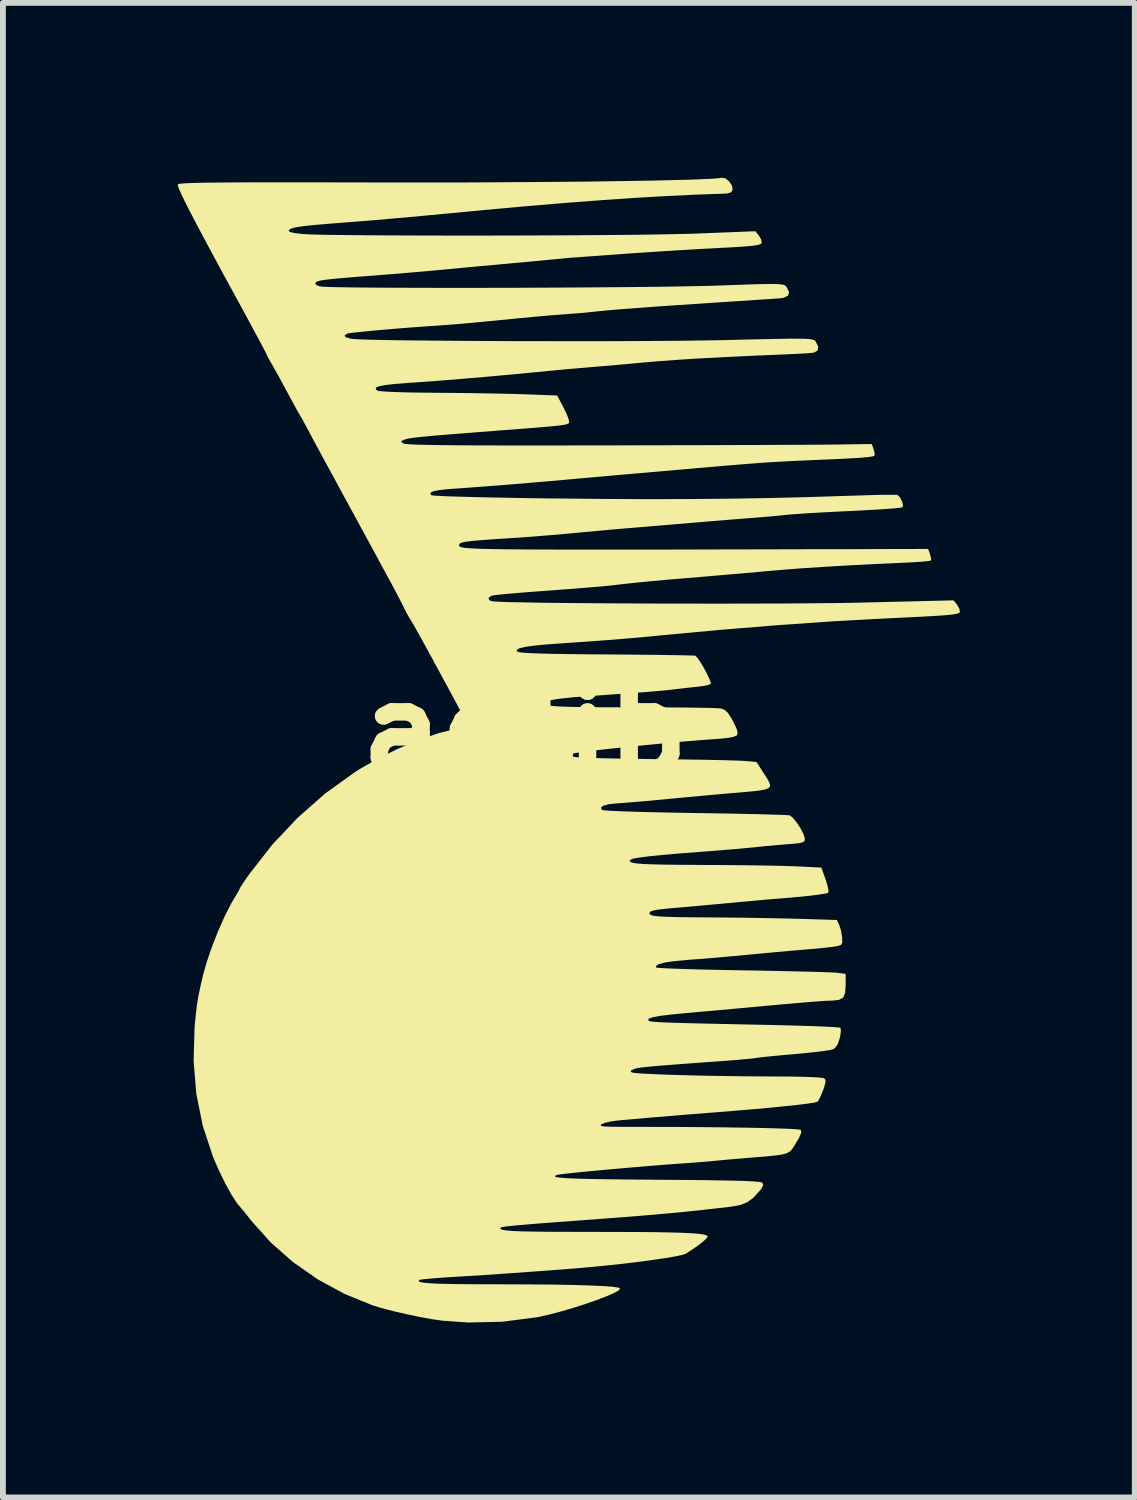
<source format=kicad_pcb>
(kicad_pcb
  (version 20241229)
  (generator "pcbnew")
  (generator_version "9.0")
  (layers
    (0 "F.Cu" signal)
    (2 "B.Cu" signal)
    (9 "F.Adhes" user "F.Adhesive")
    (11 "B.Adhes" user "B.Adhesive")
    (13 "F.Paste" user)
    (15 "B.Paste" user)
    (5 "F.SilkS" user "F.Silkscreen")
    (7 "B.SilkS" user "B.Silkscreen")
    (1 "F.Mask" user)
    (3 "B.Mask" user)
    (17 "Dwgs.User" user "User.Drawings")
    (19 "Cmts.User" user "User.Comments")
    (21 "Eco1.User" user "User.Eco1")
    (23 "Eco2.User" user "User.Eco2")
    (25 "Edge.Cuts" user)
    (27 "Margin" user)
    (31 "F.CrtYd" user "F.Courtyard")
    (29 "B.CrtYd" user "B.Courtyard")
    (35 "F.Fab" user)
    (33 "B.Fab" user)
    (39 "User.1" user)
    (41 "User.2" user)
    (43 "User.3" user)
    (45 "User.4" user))
  (footprint "adlib"
    (layer "F.Cu")
    (at 5.959 9.485)
    (property "Reference" "adlib" (at 0 0 0) (layer "F.SilkS") (effects (font (size 1.5 1.5) (thickness 0.3))))
    (attr board_only exclude_from_pos_files exclude_from_bom)
    (fp_poly (pts (xy 3.436 -9.475) (xy 3.501 -9.423) (xy 3.549 -9.349) (xy 3.56 -9.284) (xy 3.536 -9.236) (xy 3.472 -9.216) (xy 3.433 -9.213) (xy 2.938 -9.196) (xy 2.422 -9.171) (xy 1.878 -9.14) (xy 1.3 -9.1) (xy 0.682 -9.053) (xy 0.016 -8.997) (xy -0.703 -8.932) (xy -1.383 -8.867) (xy -1.682 -8.839) (xy -2.001 -8.809) (xy -2.324 -8.781) (xy -2.631 -8.754) (xy -2.906 -8.732) (xy -3.1 -8.717) (xy -3.381 -8.695) (xy -3.603 -8.676) (xy -3.771 -8.659) (xy -3.894 -8.642) (xy -3.977 -8.626) (xy -4.028 -8.607) (xy -4.053 -8.587) (xy -4.057 -8.578) (xy -4.033 -8.554) (xy -3.945 -8.534) (xy -3.81 -8.52) (xy -3.707 -8.514) (xy -3.544 -8.509) (xy -3.326 -8.505) (xy -3.06 -8.502) (xy -2.752 -8.499) (xy -2.407 -8.497) (xy -2.032 -8.495) (xy -1.632 -8.494) (xy -1.215 -8.493) (xy -0.786 -8.493) (xy -0.35 -8.494) (xy 0.085 -8.495) (xy 0.514 -8.497) (xy 0.93 -8.499) (xy 1.329 -8.502) (xy 1.703 -8.505) (xy 2.046 -8.509) (xy 2.353 -8.514) (xy 2.617 -8.519) (xy 2.832 -8.524) (xy 2.95 -8.528) (xy 3.95 -8.568) (xy 4.01 -8.495) (xy 4.051 -8.424) (xy 4.059 -8.37) (xy 4.048 -8.352) (xy 4.016 -8.338) (xy 3.956 -8.325) (xy 3.86 -8.314) (xy 3.72 -8.303) (xy 3.53 -8.291) (xy 3.281 -8.278) (xy 3.266 -8.277) (xy 2.978 -8.262) (xy 2.65 -8.242) (xy 2.309 -8.221) (xy 1.981 -8.199) (xy 1.7 -8.18) (xy 1.474 -8.163) (xy 1.266 -8.148) (xy 1.087 -8.135) (xy 0.948 -8.125) (xy 0.858 -8.118) (xy 0.833 -8.117) (xy 0.756 -8.111) (xy 0.641 -8.1) (xy 0.533 -8.089) (xy 0.425 -8.079) (xy 0.267 -8.064) (xy 0.077 -8.046) (xy -0.128 -8.027) (xy -0.25 -8.016) (xy -0.49 -7.994) (xy -0.756 -7.97) (xy -1.021 -7.945) (xy -1.256 -7.923) (xy -1.317 -7.917) (xy -1.52 -7.898) (xy -1.767 -7.876) (xy -2.034 -7.853) (xy -2.3 -7.831) (xy -2.483 -7.817) (xy -2.786 -7.793) (xy -3.029 -7.774) (xy -3.218 -7.757) (xy -3.36 -7.743) (xy -3.463 -7.73) (xy -3.531 -7.717) (xy -3.572 -7.704) (xy -3.593 -7.69) (xy -3.6 -7.673) (xy -3.6 -7.668) (xy -3.572 -7.64) (xy -3.521 -7.621) (xy -3.467 -7.616) (xy -3.352 -7.611) (xy -3.181 -7.607) (xy -2.96 -7.604) (xy -2.695 -7.601) (xy -2.39 -7.599) (xy -2.052 -7.598) (xy -1.686 -7.597) (xy -1.297 -7.596) (xy -0.892 -7.596) (xy -0.475 -7.597) (xy -0.052 -7.598) (xy 0.372 -7.6) (xy 0.79 -7.602) (xy 1.197 -7.605) (xy 1.589 -7.608) (xy 1.959 -7.611) (xy 2.301 -7.615) (xy 2.611 -7.62) (xy 2.882 -7.625) (xy 3.11 -7.63) (xy 3.259 -7.634) (xy 3.57 -7.645) (xy 3.821 -7.654) (xy 4.019 -7.66) (xy 4.171 -7.662) (xy 4.283 -7.662) (xy 4.362 -7.659) (xy 4.415 -7.653) (xy 4.448 -7.643) (xy 4.469 -7.63) (xy 4.484 -7.613) (xy 4.529 -7.526) (xy 4.512 -7.463) (xy 4.434 -7.426) (xy 4.367 -7.416) (xy 4.3 -7.412) (xy 4.176 -7.403) (xy 4.001 -7.392) (xy 3.785 -7.377) (xy 3.534 -7.361) (xy 3.258 -7.343) (xy 2.965 -7.323) (xy 2.9 -7.319) (xy 2.598 -7.299) (xy 2.307 -7.279) (xy 2.035 -7.259) (xy 1.792 -7.241) (xy 1.587 -7.225) (xy 1.428 -7.212) (xy 1.326 -7.202) (xy 1.317 -7.201) (xy 1.144 -7.183) (xy 0.948 -7.164) (xy 0.769 -7.15) (xy 0.767 -7.15) (xy 0.5 -7.13) (xy 0.19 -7.103) (xy -0.169 -7.069) (xy -0.586 -7.028) (xy -0.667 -7.02) (xy -0.876 -7) (xy -1.097 -6.98) (xy -1.304 -6.963) (xy -1.472 -6.951) (xy -1.483 -6.95) (xy -1.691 -6.936) (xy -1.915 -6.92) (xy -2.145 -6.902) (xy -2.369 -6.883) (xy -2.578 -6.865) (xy -2.761 -6.847) (xy -2.908 -6.832) (xy -3.008 -6.82) (xy -3.05 -6.812) (xy -3.097 -6.781) (xy -3.081 -6.751) (xy -3.007 -6.728) (xy -2.958 -6.72) (xy -2.877 -6.714) (xy -2.734 -6.709) (xy -2.536 -6.704) (xy -2.29 -6.699) (xy -2.001 -6.695) (xy -1.674 -6.692) (xy -1.316 -6.689) (xy -0.933 -6.686) (xy -0.53 -6.684) (xy -0.114 -6.682) (xy 0.31 -6.682) (xy 0.735 -6.681) (xy 1.157 -6.681) (xy 1.568 -6.682) (xy 1.964 -6.684) (xy 2.337 -6.686) (xy 2.683 -6.689) (xy 2.995 -6.693) (xy 3.268 -6.697) (xy 3.461 -6.701) (xy 3.814 -6.71) (xy 4.106 -6.716) (xy 4.344 -6.721) (xy 4.532 -6.724) (xy 4.678 -6.724) (xy 4.787 -6.723) (xy 4.864 -6.719) (xy 4.917 -6.712) (xy 4.951 -6.703) (xy 4.972 -6.692) (xy 4.985 -6.677) (xy 4.985 -6.677) (xy 5.028 -6.59) (xy 5.018 -6.522) (xy 4.958 -6.486) (xy 4.899 -6.479) (xy 4.787 -6.471) (xy 4.637 -6.463) (xy 4.464 -6.455) (xy 4.4 -6.452) (xy 3.911 -6.432) (xy 3.446 -6.41) (xy 3.013 -6.387) (xy 2.623 -6.362) (xy 2.282 -6.337) (xy 2.033 -6.316) (xy 1.809 -6.295) (xy 1.565 -6.273) (xy 1.328 -6.253) (xy 1.126 -6.236) (xy 1.1 -6.233) (xy 0.903 -6.217) (xy 0.668 -6.196) (xy 0.423 -6.173) (xy 0.198 -6.151) (xy 0.183 -6.15) (xy -0.22 -6.111) (xy -0.651 -6.072) (xy -1.087 -6.035) (xy -1.507 -6.001) (xy -1.89 -5.973) (xy -2.016 -5.965) (xy -2.242 -5.947) (xy -2.406 -5.928) (xy -2.511 -5.907) (xy -2.561 -5.883) (xy -2.559 -5.854) (xy -2.533 -5.832) (xy -2.488 -5.824) (xy -2.384 -5.816) (xy -2.232 -5.809) (xy -2.039 -5.803) (xy -1.815 -5.799) (xy -1.568 -5.797) (xy -1.55 -5.796) (xy -1.267 -5.794) (xy -0.971 -5.791) (xy -0.677 -5.786) (xy -0.404 -5.781) (xy -0.168 -5.775) (xy -0.033 -5.771) (xy 0.55 -5.75) (xy 0.661 -5.54) (xy 0.714 -5.43) (xy 0.748 -5.34) (xy 0.756 -5.288) (xy 0.756 -5.287) (xy 0.748 -5.274) (xy 0.732 -5.263) (xy 0.699 -5.252) (xy 0.645 -5.242) (xy 0.562 -5.232) (xy 0.444 -5.22) (xy 0.284 -5.206) (xy 0.076 -5.189) (xy -0.187 -5.168) (xy -0.433 -5.15) (xy -0.801 -5.121) (xy -1.108 -5.097) (xy -1.36 -5.077) (xy -1.563 -5.06) (xy -1.722 -5.045) (xy -1.844 -5.033) (xy -1.934 -5.022) (xy -1.998 -5.012) (xy -2.041 -5.002) (xy -2.064 -4.995) (xy -2.122 -4.969) (xy -2.122 -4.949) (xy -2.083 -4.924) (xy -2.052 -4.918) (xy -1.979 -4.912) (xy -1.864 -4.907) (xy -1.703 -4.903) (xy -1.495 -4.899) (xy -1.236 -4.896) (xy -0.925 -4.894) (xy -0.558 -4.893) (xy -0.135 -4.892) (xy 0.349 -4.892) (xy 0.895 -4.893) (xy 1.417 -4.893) (xy 1.903 -4.895) (xy 2.379 -4.896) (xy 2.841 -4.897) (xy 3.282 -4.898) (xy 3.697 -4.9) (xy 4.08 -4.901) (xy 4.428 -4.903) (xy 4.733 -4.904) (xy 4.991 -4.905) (xy 5.196 -4.907) (xy 5.343 -4.908) (xy 5.399 -4.909) (xy 5.948 -4.917) (xy 5.98 -4.826) (xy 5.998 -4.754) (xy 5.994 -4.716) (xy 5.963 -4.705) (xy 5.891 -4.694) (xy 5.772 -4.683) (xy 5.6 -4.672) (xy 5.371 -4.66) (xy 5.183 -4.652) (xy 4.909 -4.64) (xy 4.679 -4.63) (xy 4.48 -4.62) (xy 4.302 -4.61) (xy 4.131 -4.6) (xy 3.956 -4.587) (xy 3.765 -4.572) (xy 3.544 -4.554) (xy 3.284 -4.532) (xy 2.97 -4.505) (xy 2.925 -4.501) (xy 2.758 -4.486) (xy 2.547 -4.468) (xy 2.313 -4.447) (xy 2.079 -4.427) (xy 1.967 -4.417) (xy 1.74 -4.398) (xy 1.471 -4.374) (xy 1.182 -4.348) (xy 0.897 -4.323) (xy 0.667 -4.302) (xy 0.091 -4.252) (xy -0.456 -4.207) (xy -0.96 -4.169) (xy -1.269 -4.147) (xy -1.453 -4.13) (xy -1.573 -4.107) (xy -1.627 -4.079) (xy -1.615 -4.045) (xy -1.604 -4.037) (xy -1.564 -4.032) (xy -1.462 -4.026) (xy -1.306 -4.019) (xy -1.1 -4.013) (xy -0.851 -4.006) (xy -0.564 -4) (xy -0.246 -3.994) (xy 0.099 -3.988) (xy 0.464 -3.983) (xy 0.529 -3.983) (xy 1.338 -3.975) (xy 2.094 -3.971) (xy 2.809 -3.973) (xy 3.497 -3.979) (xy 4.17 -3.99) (xy 4.842 -4.006) (xy 5.524 -4.028) (xy 5.6 -4.03) (xy 5.818 -4.037) (xy 6.015 -4.043) (xy 6.18 -4.046) (xy 6.303 -4.046) (xy 6.374 -4.045) (xy 6.387 -4.043) (xy 6.429 -4.005) (xy 6.465 -3.937) (xy 6.484 -3.869) (xy 6.477 -3.832) (xy 6.437 -3.824) (xy 6.341 -3.814) (xy 6.196 -3.803) (xy 6.011 -3.791) (xy 5.796 -3.779) (xy 5.583 -3.768) (xy 5.332 -3.756) (xy 5.088 -3.743) (xy 4.863 -3.73) (xy 4.67 -3.717) (xy 4.522 -3.706) (xy 4.45 -3.699) (xy 4.278 -3.681) (xy 4.081 -3.664) (xy 3.902 -3.649) (xy 3.9 -3.649) (xy 3.782 -3.64) (xy 3.612 -3.627) (xy 3.404 -3.61) (xy 3.173 -3.591) (xy 2.933 -3.571) (xy 2.85 -3.564) (xy 2.601 -3.543) (xy 2.346 -3.521) (xy 2.102 -3.501) (xy 1.887 -3.483) (xy 1.717 -3.469) (xy 1.683 -3.466) (xy 1.493 -3.45) (xy 1.265 -3.429) (xy 1.025 -3.407) (xy 0.802 -3.386) (xy 0.783 -3.384) (xy 0.563 -3.364) (xy 0.304 -3.343) (xy 0.035 -3.322) (xy -0.216 -3.305) (xy -0.283 -3.3) (xy -0.546 -3.283) (xy -0.749 -3.268) (xy -0.9 -3.255) (xy -1.007 -3.242) (xy -1.076 -3.229) (xy -1.115 -3.214) (xy -1.131 -3.197) (xy -1.133 -3.186) (xy -1.133 -3.176) (xy -1.13 -3.167) (xy -1.123 -3.158) (xy -1.108 -3.151) (xy -1.082 -3.144) (xy -1.044 -3.137) (xy -0.991 -3.132) (xy -0.919 -3.127) (xy -0.827 -3.122) (xy -0.711 -3.118) (xy -0.57 -3.115) (xy -0.4 -3.112) (xy -0.2 -3.11) (xy 0.035 -3.108) (xy 0.306 -3.107) (xy 0.615 -3.106) (xy 0.966 -3.106) (xy 1.361 -3.106) (xy 1.803 -3.106) (xy 2.295 -3.106) (xy 2.838 -3.107) (xy 3.436 -3.109) (xy 4.09 -3.11) (xy 4.805 -3.112) (xy 5.582 -3.113) (xy 6.116 -3.115) (xy 6.915 -3.117) (xy 6.947 -3.026) (xy 6.965 -2.955) (xy 6.962 -2.918) (xy 6.924 -2.91) (xy 6.833 -2.901) (xy 6.703 -2.891) (xy 6.548 -2.883) (xy 6.003 -2.858) (xy 5.521 -2.833) (xy 5.098 -2.808) (xy 4.732 -2.784) (xy 4.418 -2.759) (xy 4.283 -2.748) (xy 4.052 -2.727) (xy 3.784 -2.703) (xy 3.505 -2.679) (xy 3.246 -2.657) (xy 3.167 -2.65) (xy 2.772 -2.617) (xy 2.437 -2.589) (xy 2.155 -2.563) (xy 1.919 -2.54) (xy 1.723 -2.519) (xy 1.559 -2.5) (xy 1.55 -2.499) (xy 1.444 -2.487) (xy 1.283 -2.472) (xy 1.08 -2.455) (xy 0.848 -2.436) (xy 0.598 -2.417) (xy 0.383 -2.401) (xy 0.142 -2.383) (xy -0.079 -2.366) (xy -0.27 -2.349) (xy -0.423 -2.335) (xy -0.528 -2.323) (xy -0.576 -2.315) (xy -0.576 -2.315) (xy -0.628 -2.278) (xy -0.616 -2.24) (xy -0.575 -2.221) (xy -0.522 -2.215) (xy -0.408 -2.209) (xy -0.239 -2.204) (xy -0.019 -2.2) (xy 0.244 -2.195) (xy 0.547 -2.191) (xy 0.882 -2.188) (xy 1.245 -2.185) (xy 1.63 -2.183) (xy 2.031 -2.181) (xy 2.443 -2.179) (xy 2.86 -2.179) (xy 3.277 -2.178) (xy 3.687 -2.179) (xy 4.086 -2.18) (xy 4.467 -2.181) (xy 4.826 -2.184) (xy 5.156 -2.187) (xy 5.453 -2.19) (xy 5.709 -2.195) (xy 5.833 -2.198) (xy 7.35 -2.235) (xy 7.41 -2.162) (xy 7.451 -2.091) (xy 7.459 -2.036) (xy 7.45 -2.022) (xy 7.422 -2.01) (xy 7.371 -1.998) (xy 7.291 -1.988) (xy 7.174 -1.977) (xy 7.015 -1.967) (xy 6.808 -1.955) (xy 6.546 -1.942) (xy 6.233 -1.927) (xy 5.324 -1.878) (xy 4.357 -1.811) (xy 3.339 -1.728) (xy 2.5 -1.65) (xy 2.105 -1.612) (xy 1.754 -1.581) (xy 1.422 -1.554) (xy 1.086 -1.529) (xy 0.724 -1.504) (xy 0.667 -1.5) (xy 0.386 -1.48) (xy 0.169 -1.46) (xy 0.011 -1.438) (xy -0.09 -1.415) (xy -0.14 -1.39) (xy -0.141 -1.361) (xy -0.136 -1.356) (xy -0.105 -1.346) (xy -0.032 -1.337) (xy 0.088 -1.329) (xy 0.256 -1.323) (xy 0.478 -1.317) (xy 0.757 -1.313) (xy 1.095 -1.309) (xy 1.393 -1.307) (xy 1.703 -1.305) (xy 1.992 -1.302) (xy 2.255 -1.3) (xy 2.483 -1.296) (xy 2.671 -1.293) (xy 2.811 -1.29) (xy 2.897 -1.287) (xy 2.921 -1.285) (xy 2.956 -1.25) (xy 3.008 -1.175) (xy 3.067 -1.076) (xy 3.122 -0.972) (xy 3.165 -0.88) (xy 3.186 -0.817) (xy 3.185 -0.802) (xy 3.144 -0.784) (xy 3.056 -0.765) (xy 2.941 -0.751) (xy 2.781 -0.734) (xy 2.601 -0.714) (xy 2.483 -0.699) (xy 2.384 -0.689) (xy 2.23 -0.675) (xy 2.035 -0.659) (xy 1.811 -0.642) (xy 1.571 -0.626) (xy 1.417 -0.615) (xy 1.1 -0.594) (xy 0.845 -0.574) (xy 0.647 -0.554) (xy 0.502 -0.534) (xy 0.404 -0.514) (xy 0.35 -0.492) (xy 0.333 -0.47) (xy 0.342 -0.453) (xy 0.371 -0.439) (xy 0.427 -0.428) (xy 0.513 -0.419) (xy 0.636 -0.412) (xy 0.801 -0.407) (xy 1.012 -0.404) (xy 1.276 -0.401) (xy 1.596 -0.4) (xy 1.9 -0.4) (xy 2.198 -0.4) (xy 2.479 -0.398) (xy 2.734 -0.396) (xy 2.957 -0.393) (xy 3.138 -0.39) (xy 3.271 -0.386) (xy 3.348 -0.381) (xy 3.36 -0.38) (xy 3.424 -0.356) (xy 3.48 -0.304) (xy 3.541 -0.209) (xy 3.567 -0.161) (xy 3.625 -0.043) (xy 3.647 0.033) (xy 3.638 0.077) (xy 3.636 0.08) (xy 3.582 0.105) (xy 3.47 0.126) (xy 3.305 0.142) (xy 3.275 0.144) (xy 3.092 0.157) (xy 2.877 0.174) (xy 2.638 0.194) (xy 2.384 0.218) (xy 2.122 0.243) (xy 1.863 0.268) (xy 1.615 0.294) (xy 1.385 0.319) (xy 1.184 0.342) (xy 1.02 0.362) (xy 0.9 0.379) (xy 0.835 0.391) (xy 0.825 0.395) (xy 0.818 0.435) (xy 0.834 0.451) (xy 0.876 0.456) (xy 0.976 0.462) (xy 1.129 0.468) (xy 1.326 0.474) (xy 1.56 0.479) (xy 1.825 0.484) (xy 2.112 0.487) (xy 2.212 0.489) (xy 2.514 0.492) (xy 2.802 0.496) (xy 3.069 0.5) (xy 3.306 0.505) (xy 3.503 0.51) (xy 3.654 0.515) (xy 3.748 0.519) (xy 3.761 0.52) (xy 3.971 0.539) (xy 4.09 0.725) (xy 4.151 0.82) (xy 4.191 0.892) (xy 4.205 0.944) (xy 4.185 0.982) (xy 4.126 1.008) (xy 4.021 1.028) (xy 3.865 1.045) (xy 3.651 1.064) (xy 3.567 1.071) (xy 3.314 1.093) (xy 3.035 1.118) (xy 2.756 1.144) (xy 2.503 1.168) (xy 2.367 1.181) (xy 2.161 1.201) (xy 1.96 1.218) (xy 1.78 1.233) (xy 1.64 1.244) (xy 1.589 1.247) (xy 1.446 1.261) (xy 1.348 1.286) (xy 1.302 1.318) (xy 1.314 1.354) (xy 1.328 1.363) (xy 1.369 1.369) (xy 1.471 1.376) (xy 1.625 1.383) (xy 1.826 1.39) (xy 2.066 1.397) (xy 2.339 1.403) (xy 2.638 1.409) (xy 2.928 1.414) (xy 3.245 1.419) (xy 3.543 1.424) (xy 3.815 1.43) (xy 4.053 1.435) (xy 4.252 1.441) (xy 4.404 1.446) (xy 4.502 1.45) (xy 4.539 1.453) (xy 4.592 1.493) (xy 4.657 1.572) (xy 4.723 1.672) (xy 4.774 1.771) (xy 4.799 1.849) (xy 4.8 1.858) (xy 4.794 1.892) (xy 4.769 1.914) (xy 4.711 1.929) (xy 4.607 1.941) (xy 4.508 1.948) (xy 4.329 1.963) (xy 4.133 1.981) (xy 3.96 1.998) (xy 3.95 2) (xy 3.834 2.011) (xy 3.667 2.027) (xy 3.463 2.044) (xy 3.237 2.062) (xy 3.005 2.08) (xy 2.967 2.083) (xy 2.629 2.109) (xy 2.346 2.134) (xy 2.12 2.157) (xy 1.953 2.179) (xy 1.848 2.198) (xy 1.809 2.213) (xy 1.795 2.235) (xy 1.805 2.253) (xy 1.842 2.267) (xy 1.913 2.279) (xy 2.024 2.288) (xy 2.178 2.294) (xy 2.382 2.299) (xy 2.641 2.302) (xy 2.959 2.304) (xy 3.06 2.305) (xy 3.36 2.306) (xy 3.656 2.309) (xy 3.938 2.312) (xy 4.195 2.316) (xy 4.415 2.321) (xy 4.588 2.326) (xy 4.683 2.33) (xy 5.083 2.35) (xy 5.157 2.557) (xy 5.19 2.666) (xy 5.206 2.747) (xy 5.2 2.783) (xy 5.152 2.796) (xy 5.049 2.812) (xy 4.906 2.831) (xy 4.734 2.849) (xy 4.547 2.866) (xy 4.367 2.881) (xy 4.243 2.89) (xy 4.072 2.905) (xy 3.874 2.923) (xy 3.666 2.942) (xy 3.583 2.95) (xy 3.36 2.971) (xy 3.12 2.993) (xy 2.888 3.014) (xy 2.692 3.031) (xy 2.65 3.035) (xy 2.449 3.052) (xy 2.305 3.068) (xy 2.211 3.084) (xy 2.157 3.101) (xy 2.135 3.122) (xy 2.133 3.132) (xy 2.14 3.151) (xy 2.166 3.167) (xy 2.218 3.179) (xy 2.301 3.188) (xy 2.424 3.194) (xy 2.591 3.199) (xy 2.811 3.202) (xy 3.09 3.204) (xy 3.144 3.204) (xy 3.43 3.207) (xy 3.736 3.21) (xy 4.043 3.215) (xy 4.331 3.22) (xy 4.583 3.226) (xy 4.7 3.229) (xy 5.349 3.25) (xy 5.389 3.333) (xy 5.418 3.423) (xy 5.437 3.534) (xy 5.439 3.549) (xy 5.442 3.634) (xy 5.422 3.676) (xy 5.361 3.696) (xy 5.316 3.704) (xy 5.219 3.717) (xy 5.082 3.732) (xy 4.931 3.746) (xy 4.9 3.748) (xy 4.63 3.771) (xy 4.295 3.801) (xy 3.896 3.838) (xy 3.583 3.868) (xy 3.412 3.883) (xy 3.203 3.901) (xy 2.984 3.919) (xy 2.809 3.932) (xy 2.572 3.953) (xy 2.4 3.978) (xy 2.291 4.007) (xy 2.245 4.04) (xy 2.248 4.064) (xy 2.284 4.07) (xy 2.379 4.076) (xy 2.528 4.083) (xy 2.723 4.09) (xy 2.957 4.097) (xy 3.224 4.103) (xy 3.517 4.109) (xy 3.741 4.113) (xy 4.053 4.118) (xy 4.35 4.124) (xy 4.623 4.13) (xy 4.864 4.136) (xy 5.067 4.142) (xy 5.223 4.147) (xy 5.325 4.152) (xy 5.358 4.155) (xy 5.5 4.174) (xy 5.5 4.369) (xy 5.491 4.5) (xy 5.457 4.58) (xy 5.385 4.62) (xy 5.263 4.633) (xy 5.227 4.633) (xy 5.156 4.636) (xy 5.029 4.645) (xy 4.856 4.658) (xy 4.648 4.676) (xy 4.416 4.696) (xy 4.183 4.717) (xy 3.908 4.742) (xy 3.621 4.769) (xy 3.338 4.795) (xy 3.077 4.818) (xy 2.855 4.838) (xy 2.743 4.848) (xy 2.497 4.872) (xy 2.314 4.894) (xy 2.192 4.917) (xy 2.125 4.94) (xy 2.111 4.964) (xy 2.129 4.981) (xy 2.145 4.986) (xy 2.175 4.992) (xy 2.226 4.997) (xy 2.301 5.002) (xy 2.405 5.007) (xy 2.543 5.012) (xy 2.72 5.017) (xy 2.941 5.023) (xy 3.21 5.029) (xy 3.533 5.036) (xy 3.913 5.044) (xy 4.267 5.051) (xy 4.533 5.058) (xy 4.779 5.065) (xy 4.995 5.072) (xy 5.174 5.08) (xy 5.308 5.087) (xy 5.389 5.094) (xy 5.41 5.099) (xy 5.418 5.143) (xy 5.409 5.227) (xy 5.397 5.281) (xy 5.359 5.391) (xy 5.309 5.452) (xy 5.274 5.47) (xy 5.214 5.483) (xy 5.1 5.5) (xy 4.946 5.518) (xy 4.763 5.537) (xy 4.609 5.551) (xy 4.414 5.568) (xy 4.239 5.585) (xy 4.095 5.599) (xy 3.995 5.611) (xy 3.955 5.617) (xy 3.897 5.625) (xy 3.786 5.636) (xy 3.638 5.65) (xy 3.466 5.663) (xy 3.417 5.667) (xy 3.062 5.692) (xy 2.767 5.714) (xy 2.527 5.732) (xy 2.335 5.747) (xy 2.186 5.76) (xy 2.073 5.771) (xy 1.991 5.78) (xy 1.933 5.789) (xy 1.893 5.798) (xy 1.869 5.806) (xy 1.814 5.833) (xy 1.818 5.855) (xy 1.833 5.865) (xy 1.882 5.874) (xy 1.99 5.883) (xy 2.15 5.891) (xy 2.354 5.9) (xy 2.596 5.908) (xy 2.868 5.915) (xy 3.163 5.922) (xy 3.474 5.927) (xy 3.792 5.931) (xy 4.112 5.933) (xy 4.317 5.934) (xy 4.538 5.935) (xy 4.738 5.939) (xy 4.908 5.944) (xy 5.036 5.951) (xy 5.113 5.959) (xy 5.13 5.964) (xy 5.153 5.991) (xy 5.153 6.039) (xy 5.128 6.126) (xy 5.114 6.165) (xy 5.073 6.266) (xy 5.035 6.342) (xy 5.017 6.366) (xy 4.971 6.38) (xy 4.864 6.397) (xy 4.7 6.418) (xy 4.487 6.441) (xy 4.229 6.467) (xy 3.931 6.494) (xy 3.599 6.522) (xy 3.25 6.55) (xy 2.703 6.593) (xy 2.166 6.638) (xy 1.666 6.682) (xy 1.591 6.689) (xy 1.467 6.706) (xy 1.365 6.73) (xy 1.308 6.754) (xy 1.294 6.771) (xy 1.31 6.784) (xy 1.365 6.792) (xy 1.467 6.796) (xy 1.624 6.798) (xy 1.717 6.798) (xy 2.19 6.799) (xy 2.636 6.8) (xy 3.05 6.803) (xy 3.429 6.807) (xy 3.767 6.812) (xy 4.061 6.817) (xy 4.307 6.824) (xy 4.501 6.831) (xy 4.639 6.838) (xy 4.716 6.847) (xy 4.732 6.852) (xy 4.738 6.897) (xy 4.702 6.984) (xy 4.649 7.073) (xy 4.61 7.138) (xy 4.576 7.187) (xy 4.539 7.223) (xy 4.489 7.25) (xy 4.417 7.271) (xy 4.314 7.287) (xy 4.171 7.302) (xy 3.978 7.318) (xy 3.783 7.334) (xy 3.607 7.349) (xy 3.442 7.363) (xy 3.307 7.376) (xy 3.219 7.384) (xy 3.217 7.385) (xy 3.135 7.392) (xy 3.003 7.403) (xy 2.837 7.416) (xy 2.654 7.429) (xy 2.6 7.433) (xy 2.388 7.448) (xy 2.153 7.467) (xy 1.904 7.488) (xy 1.651 7.51) (xy 1.403 7.532) (xy 1.17 7.554) (xy 0.96 7.574) (xy 0.784 7.592) (xy 0.652 7.607) (xy 0.572 7.618) (xy 0.555 7.621) (xy 0.516 7.637) (xy 0.51 7.65) (xy 0.542 7.662) (xy 0.614 7.671) (xy 0.73 7.68) (xy 0.893 7.687) (xy 1.108 7.692) (xy 1.377 7.697) (xy 1.704 7.701) (xy 2.092 7.704) (xy 2.29 7.706) (xy 2.707 7.709) (xy 3.06 7.712) (xy 3.355 7.717) (xy 3.593 7.722) (xy 3.779 7.727) (xy 3.916 7.734) (xy 4.008 7.742) (xy 4.058 7.751) (xy 4.069 7.756) (xy 4.086 7.796) (xy 4.058 7.854) (xy 4.03 7.89) (xy 3.917 8.014) (xy 3.809 8.093) (xy 3.684 8.141) (xy 3.517 8.17) (xy 3.507 8.171) (xy 3.268 8.198) (xy 3.049 8.223) (xy 2.841 8.245) (xy 2.637 8.266) (xy 2.426 8.285) (xy 2.202 8.305) (xy 1.954 8.326) (xy 1.675 8.348) (xy 1.356 8.372) (xy 0.988 8.4) (xy 0.562 8.431) (xy 0.539 8.433) (xy 0.299 8.451) (xy 0.08 8.469) (xy -0.109 8.485) (xy -0.258 8.499) (xy -0.359 8.511) (xy -0.403 8.518) (xy -0.403 8.519) (xy -0.425 8.537) (xy -0.42 8.553) (xy -0.386 8.566) (xy -0.317 8.576) (xy -0.209 8.585) (xy -0.058 8.591) (xy 0.142 8.595) (xy 0.395 8.598) (xy 0.705 8.599) (xy 1.076 8.6) (xy 1.114 8.6) (xy 1.549 8.601) (xy 1.922 8.602) (xy 2.237 8.605) (xy 2.496 8.61) (xy 2.706 8.616) (xy 2.868 8.624) (xy 2.988 8.634) (xy 3.069 8.647) (xy 3.116 8.661) (xy 3.132 8.678) (xy 3.132 8.68) (xy 3.104 8.721) (xy 3.027 8.788) (xy 2.911 8.873) (xy 2.764 8.971) (xy 2.762 8.972) (xy 2.7 8.994) (xy 2.58 9.02) (xy 2.411 9.049) (xy 2.201 9.08) (xy 1.959 9.113) (xy 1.694 9.145) (xy 1.413 9.175) (xy 1.127 9.203) (xy 0.843 9.228) (xy 0.817 9.23) (xy 0.267 9.272) (xy -0.232 9.308) (xy -0.698 9.34) (xy -1.147 9.368) (xy -1.182 9.37) (xy -1.376 9.382) (xy -1.548 9.395) (xy -1.685 9.407) (xy -1.776 9.417) (xy -1.811 9.423) (xy -1.828 9.442) (xy -1.811 9.457) (xy -1.755 9.47) (xy -1.657 9.48) (xy -1.512 9.488) (xy -1.316 9.493) (xy -1.065 9.497) (xy -0.755 9.499) (xy -0.464 9.499) (xy 0.021 9.501) (xy 0.443 9.504) (xy 0.802 9.51) (xy 1.098 9.519) (xy 1.329 9.529) (xy 1.496 9.541) (xy 1.598 9.556) (xy 1.633 9.573) (xy 1.633 9.574) (xy 1.603 9.606) (xy 1.518 9.652) (xy 1.389 9.708) (xy 1.227 9.77) (xy 1.041 9.835) (xy 0.841 9.899) (xy 0.639 9.959) (xy 0.444 10.011) (xy 0.266 10.052) (xy 0.2 10.065) (xy -0.393 10.142) (xy -0.977 10.155) (xy -1.415 10.124) (xy -1.591 10.099) (xy -1.806 10.06) (xy -2.039 10.011) (xy -2.268 9.958) (xy -2.471 9.905) (xy -2.617 9.86) (xy -3.098 9.664) (xy -3.555 9.416) (xy -3.978 9.121) (xy -4.358 8.788) (xy -4.677 8.433) (xy -4.758 8.332) (xy -4.823 8.251) (xy -4.861 8.205) (xy -4.866 8.2) (xy -4.945 8.105) (xy -5.039 7.959) (xy -5.14 7.777) (xy -5.242 7.57) (xy -5.338 7.353) (xy -5.359 7.3) (xy -5.531 6.777) (xy -5.641 6.232) (xy -5.687 5.671) (xy -5.671 5.097) (xy -5.669 5.072) (xy -5.65 4.872) (xy -5.631 4.712) (xy -5.608 4.567) (xy -5.575 4.41) (xy -5.53 4.215) (xy -5.527 4.2) (xy -5.462 3.969) (xy -5.373 3.711) (xy -5.27 3.446) (xy -5.159 3.196) (xy -5.05 2.98) (xy -5.002 2.897) (xy -4.947 2.806) (xy -4.91 2.74) (xy -4.9 2.716) (xy -4.882 2.684) (xy -4.834 2.61) (xy -4.765 2.509) (xy -4.729 2.458) (xy -4.337 1.956) (xy -3.9 1.493) (xy -3.426 1.076) (xy -2.923 0.714) (xy -2.85 0.667) (xy -2.53 0.483) (xy -2.186 0.314) (xy -1.836 0.166) (xy -1.498 0.048) (xy -1.192 -0.032) (xy -1.089 -0.058) (xy -1.02 -0.086) (xy -1 -0.105) (xy -1.003 -0.121) (xy -1.016 -0.152) (xy -1.039 -0.202) (xy -1.077 -0.277) (xy -1.132 -0.382) (xy -1.208 -0.523) (xy -1.306 -0.706) (xy -1.43 -0.934) (xy -1.582 -1.215) (xy -1.619 -1.283) (xy -1.718 -1.465) (xy -1.807 -1.626) (xy -1.881 -1.758) (xy -1.934 -1.851) (xy -1.962 -1.897) (xy -1.964 -1.9) (xy -1.988 -1.937) (xy -2.031 -2.015) (xy -2.074 -2.1) (xy -2.133 -2.218) (xy -2.211 -2.367) (xy -2.291 -2.518) (xy -2.309 -2.55) (xy -2.5 -2.902) (xy -2.665 -3.207) (xy -2.804 -3.462) (xy -2.914 -3.665) (xy -2.995 -3.813) (xy -3.033 -3.883) (xy -3.159 -4.114) (xy -3.29 -4.356) (xy -3.419 -4.593) (xy -3.538 -4.813) (xy -3.639 -5) (xy -3.703 -5.12) (xy -3.768 -5.242) (xy -3.823 -5.342) (xy -3.859 -5.405) (xy -3.866 -5.417) (xy -3.891 -5.458) (xy -3.939 -5.545) (xy -4.004 -5.665) (xy -4.068 -5.783) (xy -4.151 -5.937) (xy -4.233 -6.088) (xy -4.304 -6.214) (xy -4.339 -6.276) (xy -4.391 -6.366) (xy -4.425 -6.43) (xy -4.433 -6.449) (xy -4.449 -6.484) (xy -4.495 -6.572) (xy -4.568 -6.71) (xy -4.667 -6.893) (xy -4.788 -7.118) (xy -4.924 -7.367) (xy -5.147 -7.776) (xy -5.339 -8.131) (xy -5.502 -8.434) (xy -5.637 -8.689) (xy -5.746 -8.898) (xy -5.831 -9.064) (xy -5.893 -9.192) (xy -5.934 -9.284) (xy -5.956 -9.342) (xy -5.959 -9.372) (xy -5.959 -9.372) (xy -5.944 -9.379) (xy -5.9 -9.385) (xy -5.824 -9.391) (xy -5.714 -9.395) (xy -5.565 -9.399) (xy -5.376 -9.402) (xy -5.142 -9.404) (xy -4.86 -9.406) (xy -4.528 -9.407) (xy -4.142 -9.407) (xy -3.698 -9.407) (xy -3.195 -9.406) (xy -2.648 -9.405) (xy -2.093 -9.404) (xy -1.541 -9.404) (xy -0.999 -9.405) (xy -0.468 -9.408) (xy 0.045 -9.411) (xy 0.538 -9.415) (xy 1.005 -9.419) (xy 1.442 -9.425) (xy 1.846 -9.431) (xy 2.213 -9.437) (xy 2.537 -9.445) (xy 2.814 -9.452) (xy 3.041 -9.461) (xy 3.213 -9.469) (xy 3.327 -9.478) (xy 3.372 -9.485)) (stroke (width 0) (type solid)) (fill yes) (layer "F.SilkS")))
  (gr_rect
    (start -3 -3)
    (end 16.419 22.641)
    (stroke (width 0.1) (type default))
    (fill no)
    (layer "Edge.Cuts")))
</source>
